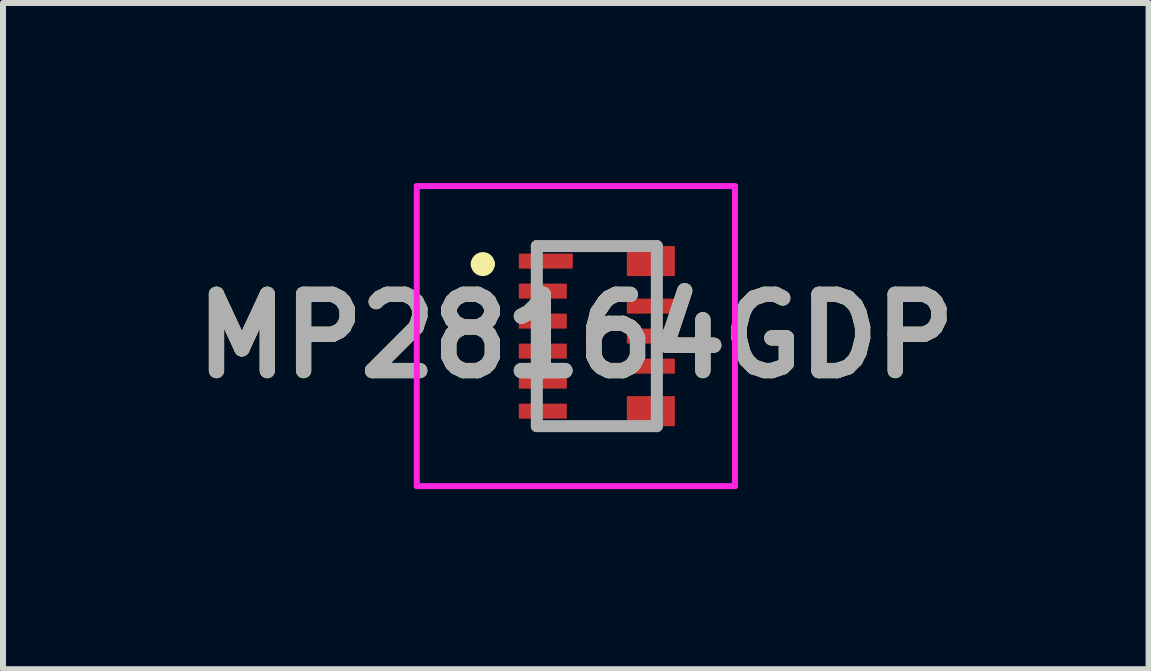
<source format=kicad_pcb>
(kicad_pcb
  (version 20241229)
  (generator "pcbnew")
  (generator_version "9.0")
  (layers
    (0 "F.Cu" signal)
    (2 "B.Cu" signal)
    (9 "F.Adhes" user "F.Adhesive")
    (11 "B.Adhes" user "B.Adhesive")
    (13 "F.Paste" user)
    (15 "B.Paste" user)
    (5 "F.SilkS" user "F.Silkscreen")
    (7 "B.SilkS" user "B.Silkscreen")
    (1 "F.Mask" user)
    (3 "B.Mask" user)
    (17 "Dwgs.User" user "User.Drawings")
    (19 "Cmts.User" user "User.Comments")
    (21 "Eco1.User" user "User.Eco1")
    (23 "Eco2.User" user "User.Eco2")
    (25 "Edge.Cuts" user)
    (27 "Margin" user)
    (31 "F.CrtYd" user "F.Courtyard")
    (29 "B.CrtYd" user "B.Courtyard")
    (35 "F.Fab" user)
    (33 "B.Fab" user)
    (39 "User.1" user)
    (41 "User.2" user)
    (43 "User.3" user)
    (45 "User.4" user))
  (footprint "MP28164GDP"
    (layer "F.Cu")
    (at 6.894 2.55)
    (property "Reference" "MP28164GDP" (at -0.35 0 0) (layer "F.SilkS") (effects (font (size 1.27 1.27) (thickness 0.254))))
    (attr smd)
    (fp_line (start -2 -1.2) (end -2 -1.2) (stroke (width 0.2) (type solid)) (layer "F.SilkS"))
    (fp_line (start -1.8 -1.2) (end -1.8 -1.2) (stroke (width 0.2) (type solid)) (layer "F.SilkS"))
    (fp_arc (start -2 -1.2) (mid -1.9 -1.3) (end -1.8 -1.2) (stroke (width 0.2) (type solid)) (layer "F.SilkS"))
    (fp_arc (start -1.8 -1.2) (mid -1.9 -1.1) (end -2 -1.2) (stroke (width 0.2) (type solid)) (layer "F.SilkS"))
    (fp_line (start -3 -2.5) (end 2.3 -2.5) (stroke (width 0.1) (type solid)) (layer "F.CrtYd"))
    (fp_line (start -3 2.5) (end -3 -2.5) (stroke (width 0.1) (type solid)) (layer "F.CrtYd"))
    (fp_line (start 2.3 -2.5) (end 2.3 2.5) (stroke (width 0.1) (type solid)) (layer "F.CrtYd"))
    (fp_line (start 2.3 2.5) (end -3 2.5) (stroke (width 0.1) (type solid)) (layer "F.CrtYd"))
    (fp_line (start -1 -1.5) (end 1 -1.5) (stroke (width 0.2) (type solid)) (layer "F.Fab"))
    (fp_line (start -1 1.5) (end -1 -1.5) (stroke (width 0.2) (type solid)) (layer "F.Fab"))
    (fp_line (start 1 -1.5) (end 1 1.5) (stroke (width 0.2) (type solid)) (layer "F.Fab"))
    (fp_line (start 1 1.5) (end -1 1.5) (stroke (width 0.2) (type solid)) (layer "F.Fab"))
    (fp_text user "${REFERENCE}" (at -0.35 0 0) (layer "F.Fab") (effects (font (size 1.27 1.27) (thickness 0.254))))
    (pad "1" smd rect (at -0.85 -1.25 90) (size 0.25 0.9) (layers "F.Cu" "F.Mask" "F.Paste"))
    (pad "2" smd rect (at -0.9 -0.75 90) (size 0.25 0.8) (layers "F.Cu" "F.Mask" "F.Paste"))
    (pad "3" smd rect (at -0.9 -0.25 90) (size 0.25 0.8) (layers "F.Cu" "F.Mask" "F.Paste"))
    (pad "4" smd rect (at -0.9 0.25 90) (size 0.25 0.8) (layers "F.Cu" "F.Mask" "F.Paste"))
    (pad "5" smd rect (at -0.9 0.75 90) (size 0.25 0.8) (layers "F.Cu" "F.Mask" "F.Paste"))
    (pad "6" smd rect (at -0.9 1.25 90) (size 0.25 0.8) (layers "F.Cu" "F.Mask" "F.Paste"))
    (pad "7" smd rect (at 0.9 1.25 90) (size 0.5 0.8) (layers "F.Cu" "F.Mask" "F.Paste"))
    (pad "8" smd rect (at 0.9 0.5 90) (size 0.25 0.8) (layers "F.Cu" "F.Mask" "F.Paste"))
    (pad "9" smd rect (at 0.9 0 90) (size 0.25 0.8) (layers "F.Cu" "F.Mask" "F.Paste"))
    (pad "10" smd rect (at 0.9 -0.5 90) (size 0.25 0.8) (layers "F.Cu" "F.Mask" "F.Paste"))
    (pad "11" smd rect (at 0.9 -1.25 90) (size 0.5 0.8) (layers "F.Cu" "F.Mask" "F.Paste")))
  (gr_rect
    (start -3 -3)
    (end 16.087 8.1)
    (stroke (width 0.1) (type default))
    (fill no)
    (layer "Edge.Cuts")))
</source>
